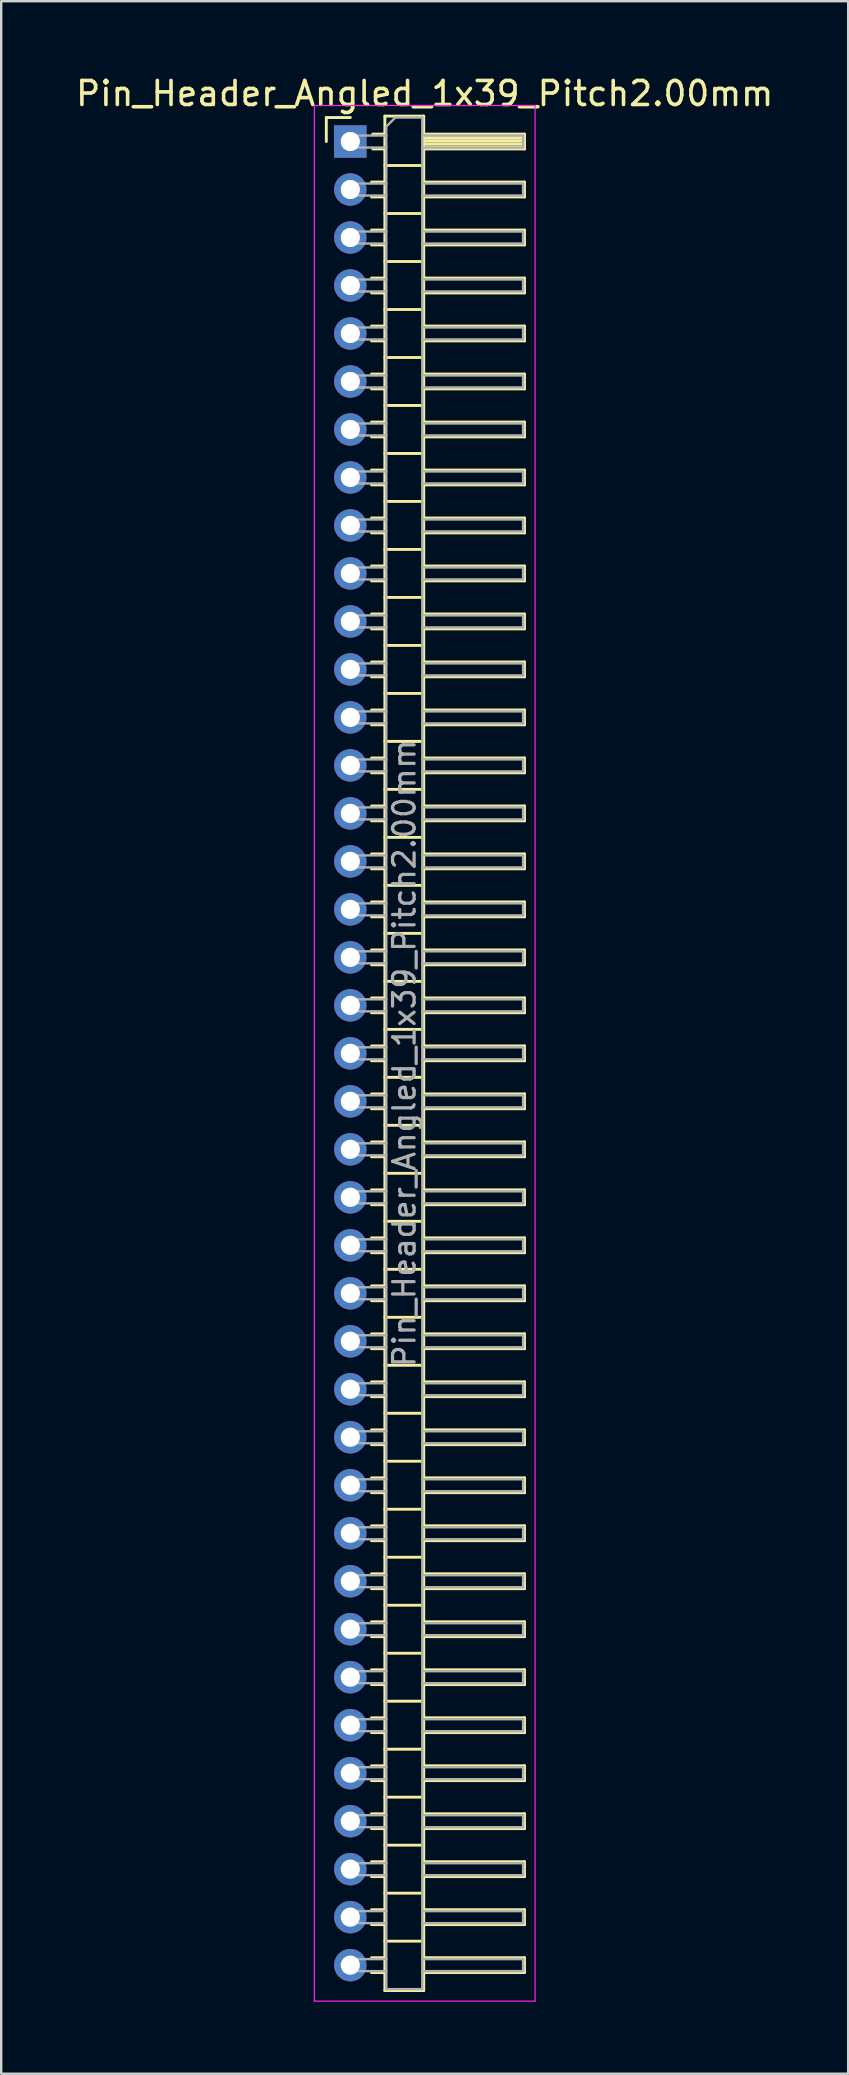
<source format=kicad_pcb>
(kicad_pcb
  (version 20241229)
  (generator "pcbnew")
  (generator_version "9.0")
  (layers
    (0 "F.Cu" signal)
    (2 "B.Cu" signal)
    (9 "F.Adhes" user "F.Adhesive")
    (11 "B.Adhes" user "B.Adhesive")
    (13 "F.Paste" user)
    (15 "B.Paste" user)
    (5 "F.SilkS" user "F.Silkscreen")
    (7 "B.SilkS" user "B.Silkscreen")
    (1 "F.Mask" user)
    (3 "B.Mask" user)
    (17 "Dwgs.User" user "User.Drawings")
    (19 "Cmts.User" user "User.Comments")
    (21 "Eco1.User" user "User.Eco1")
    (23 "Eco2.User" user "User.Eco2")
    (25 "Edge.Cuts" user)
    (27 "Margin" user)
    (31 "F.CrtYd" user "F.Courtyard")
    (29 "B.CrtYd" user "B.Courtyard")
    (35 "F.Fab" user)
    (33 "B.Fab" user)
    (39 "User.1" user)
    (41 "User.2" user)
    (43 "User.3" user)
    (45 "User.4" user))
  (footprint "Pin_Header_Angled_1x39_Pitch2.00mm"
    (layer "F.Cu")
    (at 11.549 2.848)
    (property "Reference" "Pin_Header_Angled_1x39_Pitch2.00mm" (at 3.1 -2 0) (layer "F.SilkS") (effects (font (size 1 1) (thickness 0.15))))
    (attr through_hole)
    (fp_line (start -1 -1) (end 0 -1) (stroke (width 0.12) (type solid)) (layer "F.SilkS"))
    (fp_line (start -1 0) (end -1 -1) (stroke (width 0.12) (type solid)) (layer "F.SilkS"))
    (fp_line (start 0.882 1.69) (end 1.44 1.69) (stroke (width 0.12) (type solid)) (layer "F.SilkS"))
    (fp_line (start 0.882 2.31) (end 1.44 2.31) (stroke (width 0.12) (type solid)) (layer "F.SilkS"))
    (fp_line (start 0.882 3.69) (end 1.44 3.69) (stroke (width 0.12) (type solid)) (layer "F.SilkS"))
    (fp_line (start 0.882 4.31) (end 1.44 4.31) (stroke (width 0.12) (type solid)) (layer "F.SilkS"))
    (fp_line (start 0.882 5.69) (end 1.44 5.69) (stroke (width 0.12) (type solid)) (layer "F.SilkS"))
    (fp_line (start 0.882 6.31) (end 1.44 6.31) (stroke (width 0.12) (type solid)) (layer "F.SilkS"))
    (fp_line (start 0.882 7.69) (end 1.44 7.69) (stroke (width 0.12) (type solid)) (layer "F.SilkS"))
    (fp_line (start 0.882 8.31) (end 1.44 8.31) (stroke (width 0.12) (type solid)) (layer "F.SilkS"))
    (fp_line (start 0.882 9.69) (end 1.44 9.69) (stroke (width 0.12) (type solid)) (layer "F.SilkS"))
    (fp_line (start 0.882 10.31) (end 1.44 10.31) (stroke (width 0.12) (type solid)) (layer "F.SilkS"))
    (fp_line (start 0.882 11.69) (end 1.44 11.69) (stroke (width 0.12) (type solid)) (layer "F.SilkS"))
    (fp_line (start 0.882 12.31) (end 1.44 12.31) (stroke (width 0.12) (type solid)) (layer "F.SilkS"))
    (fp_line (start 0.882 13.69) (end 1.44 13.69) (stroke (width 0.12) (type solid)) (layer "F.SilkS"))
    (fp_line (start 0.882 14.31) (end 1.44 14.31) (stroke (width 0.12) (type solid)) (layer "F.SilkS"))
    (fp_line (start 0.882 15.69) (end 1.44 15.69) (stroke (width 0.12) (type solid)) (layer "F.SilkS"))
    (fp_line (start 0.882 16.31) (end 1.44 16.31) (stroke (width 0.12) (type solid)) (layer "F.SilkS"))
    (fp_line (start 0.882 17.69) (end 1.44 17.69) (stroke (width 0.12) (type solid)) (layer "F.SilkS"))
    (fp_line (start 0.882 18.31) (end 1.44 18.31) (stroke (width 0.12) (type solid)) (layer "F.SilkS"))
    (fp_line (start 0.882 19.69) (end 1.44 19.69) (stroke (width 0.12) (type solid)) (layer "F.SilkS"))
    (fp_line (start 0.882 20.31) (end 1.44 20.31) (stroke (width 0.12) (type solid)) (layer "F.SilkS"))
    (fp_line (start 0.882 21.69) (end 1.44 21.69) (stroke (width 0.12) (type solid)) (layer "F.SilkS"))
    (fp_line (start 0.882 22.31) (end 1.44 22.31) (stroke (width 0.12) (type solid)) (layer "F.SilkS"))
    (fp_line (start 0.882 23.69) (end 1.44 23.69) (stroke (width 0.12) (type solid)) (layer "F.SilkS"))
    (fp_line (start 0.882 24.31) (end 1.44 24.31) (stroke (width 0.12) (type solid)) (layer "F.SilkS"))
    (fp_line (start 0.882 25.69) (end 1.44 25.69) (stroke (width 0.12) (type solid)) (layer "F.SilkS"))
    (fp_line (start 0.882 26.31) (end 1.44 26.31) (stroke (width 0.12) (type solid)) (layer "F.SilkS"))
    (fp_line (start 0.882 27.69) (end 1.44 27.69) (stroke (width 0.12) (type solid)) (layer "F.SilkS"))
    (fp_line (start 0.882 28.31) (end 1.44 28.31) (stroke (width 0.12) (type solid)) (layer "F.SilkS"))
    (fp_line (start 0.882 29.69) (end 1.44 29.69) (stroke (width 0.12) (type solid)) (layer "F.SilkS"))
    (fp_line (start 0.882 30.31) (end 1.44 30.31) (stroke (width 0.12) (type solid)) (layer "F.SilkS"))
    (fp_line (start 0.882 31.69) (end 1.44 31.69) (stroke (width 0.12) (type solid)) (layer "F.SilkS"))
    (fp_line (start 0.882 32.31) (end 1.44 32.31) (stroke (width 0.12) (type solid)) (layer "F.SilkS"))
    (fp_line (start 0.882 33.69) (end 1.44 33.69) (stroke (width 0.12) (type solid)) (layer "F.SilkS"))
    (fp_line (start 0.882 34.31) (end 1.44 34.31) (stroke (width 0.12) (type solid)) (layer "F.SilkS"))
    (fp_line (start 0.882 35.69) (end 1.44 35.69) (stroke (width 0.12) (type solid)) (layer "F.SilkS"))
    (fp_line (start 0.882 36.31) (end 1.44 36.31) (stroke (width 0.12) (type solid)) (layer "F.SilkS"))
    (fp_line (start 0.882 37.69) (end 1.44 37.69) (stroke (width 0.12) (type solid)) (layer "F.SilkS"))
    (fp_line (start 0.882 38.31) (end 1.44 38.31) (stroke (width 0.12) (type solid)) (layer "F.SilkS"))
    (fp_line (start 0.882 39.69) (end 1.44 39.69) (stroke (width 0.12) (type solid)) (layer "F.SilkS"))
    (fp_line (start 0.882 40.31) (end 1.44 40.31) (stroke (width 0.12) (type solid)) (layer "F.SilkS"))
    (fp_line (start 0.882 41.69) (end 1.44 41.69) (stroke (width 0.12) (type solid)) (layer "F.SilkS"))
    (fp_line (start 0.882 42.31) (end 1.44 42.31) (stroke (width 0.12) (type solid)) (layer "F.SilkS"))
    (fp_line (start 0.882 43.69) (end 1.44 43.69) (stroke (width 0.12) (type solid)) (layer "F.SilkS"))
    (fp_line (start 0.882 44.31) (end 1.44 44.31) (stroke (width 0.12) (type solid)) (layer "F.SilkS"))
    (fp_line (start 0.882 45.69) (end 1.44 45.69) (stroke (width 0.12) (type solid)) (layer "F.SilkS"))
    (fp_line (start 0.882 46.31) (end 1.44 46.31) (stroke (width 0.12) (type solid)) (layer "F.SilkS"))
    (fp_line (start 0.882 47.69) (end 1.44 47.69) (stroke (width 0.12) (type solid)) (layer "F.SilkS"))
    (fp_line (start 0.882 48.31) (end 1.44 48.31) (stroke (width 0.12) (type solid)) (layer "F.SilkS"))
    (fp_line (start 0.882 49.69) (end 1.44 49.69) (stroke (width 0.12) (type solid)) (layer "F.SilkS"))
    (fp_line (start 0.882 50.31) (end 1.44 50.31) (stroke (width 0.12) (type solid)) (layer "F.SilkS"))
    (fp_line (start 0.882 51.69) (end 1.44 51.69) (stroke (width 0.12) (type solid)) (layer "F.SilkS"))
    (fp_line (start 0.882 52.31) (end 1.44 52.31) (stroke (width 0.12) (type solid)) (layer "F.SilkS"))
    (fp_line (start 0.882 53.69) (end 1.44 53.69) (stroke (width 0.12) (type solid)) (layer "F.SilkS"))
    (fp_line (start 0.882 54.31) (end 1.44 54.31) (stroke (width 0.12) (type solid)) (layer "F.SilkS"))
    (fp_line (start 0.882 55.69) (end 1.44 55.69) (stroke (width 0.12) (type solid)) (layer "F.SilkS"))
    (fp_line (start 0.882 56.31) (end 1.44 56.31) (stroke (width 0.12) (type solid)) (layer "F.SilkS"))
    (fp_line (start 0.882 57.69) (end 1.44 57.69) (stroke (width 0.12) (type solid)) (layer "F.SilkS"))
    (fp_line (start 0.882 58.31) (end 1.44 58.31) (stroke (width 0.12) (type solid)) (layer "F.SilkS"))
    (fp_line (start 0.882 59.69) (end 1.44 59.69) (stroke (width 0.12) (type solid)) (layer "F.SilkS"))
    (fp_line (start 0.882 60.31) (end 1.44 60.31) (stroke (width 0.12) (type solid)) (layer "F.SilkS"))
    (fp_line (start 0.882 61.69) (end 1.44 61.69) (stroke (width 0.12) (type solid)) (layer "F.SilkS"))
    (fp_line (start 0.882 62.31) (end 1.44 62.31) (stroke (width 0.12) (type solid)) (layer "F.SilkS"))
    (fp_line (start 0.882 63.69) (end 1.44 63.69) (stroke (width 0.12) (type solid)) (layer "F.SilkS"))
    (fp_line (start 0.882 64.31) (end 1.44 64.31) (stroke (width 0.12) (type solid)) (layer "F.SilkS"))
    (fp_line (start 0.882 65.69) (end 1.44 65.69) (stroke (width 0.12) (type solid)) (layer "F.SilkS"))
    (fp_line (start 0.882 66.31) (end 1.44 66.31) (stroke (width 0.12) (type solid)) (layer "F.SilkS"))
    (fp_line (start 0.882 67.69) (end 1.44 67.69) (stroke (width 0.12) (type solid)) (layer "F.SilkS"))
    (fp_line (start 0.882 68.31) (end 1.44 68.31) (stroke (width 0.12) (type solid)) (layer "F.SilkS"))
    (fp_line (start 0.882 69.69) (end 1.44 69.69) (stroke (width 0.12) (type solid)) (layer "F.SilkS"))
    (fp_line (start 0.882 70.31) (end 1.44 70.31) (stroke (width 0.12) (type solid)) (layer "F.SilkS"))
    (fp_line (start 0.882 71.69) (end 1.44 71.69) (stroke (width 0.12) (type solid)) (layer "F.SilkS"))
    (fp_line (start 0.882 72.31) (end 1.44 72.31) (stroke (width 0.12) (type solid)) (layer "F.SilkS"))
    (fp_line (start 0.882 73.69) (end 1.44 73.69) (stroke (width 0.12) (type solid)) (layer "F.SilkS"))
    (fp_line (start 0.882 74.31) (end 1.44 74.31) (stroke (width 0.12) (type solid)) (layer "F.SilkS"))
    (fp_line (start 0.882 75.69) (end 1.44 75.69) (stroke (width 0.12) (type solid)) (layer "F.SilkS"))
    (fp_line (start 0.882 76.31) (end 1.44 76.31) (stroke (width 0.12) (type solid)) (layer "F.SilkS"))
    (fp_line (start 0.935 -0.31) (end 1.44 -0.31) (stroke (width 0.12) (type solid)) (layer "F.SilkS"))
    (fp_line (start 0.935 0.31) (end 1.44 0.31) (stroke (width 0.12) (type solid)) (layer "F.SilkS"))
    (fp_line (start 1.44 -1.06) (end 1.44 77.06) (stroke (width 0.12) (type solid)) (layer "F.SilkS"))
    (fp_line (start 1.44 1) (end 3.06 1) (stroke (width 0.12) (type solid)) (layer "F.SilkS"))
    (fp_line (start 1.44 3) (end 3.06 3) (stroke (width 0.12) (type solid)) (layer "F.SilkS"))
    (fp_line (start 1.44 5) (end 3.06 5) (stroke (width 0.12) (type solid)) (layer "F.SilkS"))
    (fp_line (start 1.44 7) (end 3.06 7) (stroke (width 0.12) (type solid)) (layer "F.SilkS"))
    (fp_line (start 1.44 9) (end 3.06 9) (stroke (width 0.12) (type solid)) (layer "F.SilkS"))
    (fp_line (start 1.44 11) (end 3.06 11) (stroke (width 0.12) (type solid)) (layer "F.SilkS"))
    (fp_line (start 1.44 13) (end 3.06 13) (stroke (width 0.12) (type solid)) (layer "F.SilkS"))
    (fp_line (start 1.44 15) (end 3.06 15) (stroke (width 0.12) (type solid)) (layer "F.SilkS"))
    (fp_line (start 1.44 17) (end 3.06 17) (stroke (width 0.12) (type solid)) (layer "F.SilkS"))
    (fp_line (start 1.44 19) (end 3.06 19) (stroke (width 0.12) (type solid)) (layer "F.SilkS"))
    (fp_line (start 1.44 21) (end 3.06 21) (stroke (width 0.12) (type solid)) (layer "F.SilkS"))
    (fp_line (start 1.44 23) (end 3.06 23) (stroke (width 0.12) (type solid)) (layer "F.SilkS"))
    (fp_line (start 1.44 25) (end 3.06 25) (stroke (width 0.12) (type solid)) (layer "F.SilkS"))
    (fp_line (start 1.44 27) (end 3.06 27) (stroke (width 0.12) (type solid)) (layer "F.SilkS"))
    (fp_line (start 1.44 29) (end 3.06 29) (stroke (width 0.12) (type solid)) (layer "F.SilkS"))
    (fp_line (start 1.44 31) (end 3.06 31) (stroke (width 0.12) (type solid)) (layer "F.SilkS"))
    (fp_line (start 1.44 33) (end 3.06 33) (stroke (width 0.12) (type solid)) (layer "F.SilkS"))
    (fp_line (start 1.44 35) (end 3.06 35) (stroke (width 0.12) (type solid)) (layer "F.SilkS"))
    (fp_line (start 1.44 37) (end 3.06 37) (stroke (width 0.12) (type solid)) (layer "F.SilkS"))
    (fp_line (start 1.44 39) (end 3.06 39) (stroke (width 0.12) (type solid)) (layer "F.SilkS"))
    (fp_line (start 1.44 41) (end 3.06 41) (stroke (width 0.12) (type solid)) (layer "F.SilkS"))
    (fp_line (start 1.44 43) (end 3.06 43) (stroke (width 0.12) (type solid)) (layer "F.SilkS"))
    (fp_line (start 1.44 45) (end 3.06 45) (stroke (width 0.12) (type solid)) (layer "F.SilkS"))
    (fp_line (start 1.44 47) (end 3.06 47) (stroke (width 0.12) (type solid)) (layer "F.SilkS"))
    (fp_line (start 1.44 49) (end 3.06 49) (stroke (width 0.12) (type solid)) (layer "F.SilkS"))
    (fp_line (start 1.44 51) (end 3.06 51) (stroke (width 0.12) (type solid)) (layer "F.SilkS"))
    (fp_line (start 1.44 53) (end 3.06 53) (stroke (width 0.12) (type solid)) (layer "F.SilkS"))
    (fp_line (start 1.44 55) (end 3.06 55) (stroke (width 0.12) (type solid)) (layer "F.SilkS"))
    (fp_line (start 1.44 57) (end 3.06 57) (stroke (width 0.12) (type solid)) (layer "F.SilkS"))
    (fp_line (start 1.44 59) (end 3.06 59) (stroke (width 0.12) (type solid)) (layer "F.SilkS"))
    (fp_line (start 1.44 61) (end 3.06 61) (stroke (width 0.12) (type solid)) (layer "F.SilkS"))
    (fp_line (start 1.44 63) (end 3.06 63) (stroke (width 0.12) (type solid)) (layer "F.SilkS"))
    (fp_line (start 1.44 65) (end 3.06 65) (stroke (width 0.12) (type solid)) (layer "F.SilkS"))
    (fp_line (start 1.44 67) (end 3.06 67) (stroke (width 0.12) (type solid)) (layer "F.SilkS"))
    (fp_line (start 1.44 69) (end 3.06 69) (stroke (width 0.12) (type solid)) (layer "F.SilkS"))
    (fp_line (start 1.44 71) (end 3.06 71) (stroke (width 0.12) (type solid)) (layer "F.SilkS"))
    (fp_line (start 1.44 73) (end 3.06 73) (stroke (width 0.12) (type solid)) (layer "F.SilkS"))
    (fp_line (start 1.44 75) (end 3.06 75) (stroke (width 0.12) (type solid)) (layer "F.SilkS"))
    (fp_line (start 1.44 77.06) (end 3.06 77.06) (stroke (width 0.12) (type solid)) (layer "F.SilkS"))
    (fp_line (start 3.06 -1.06) (end 1.44 -1.06) (stroke (width 0.12) (type solid)) (layer "F.SilkS"))
    (fp_line (start 3.06 -0.31) (end 7.26 -0.31) (stroke (width 0.12) (type solid)) (layer "F.SilkS"))
    (fp_line (start 3.06 -0.25) (end 7.26 -0.25) (stroke (width 0.12) (type solid)) (layer "F.SilkS"))
    (fp_line (start 3.06 -0.13) (end 7.26 -0.13) (stroke (width 0.12) (type solid)) (layer "F.SilkS"))
    (fp_line (start 3.06 -0.01) (end 7.26 -0.01) (stroke (width 0.12) (type solid)) (layer "F.SilkS"))
    (fp_line (start 3.06 0.11) (end 7.26 0.11) (stroke (width 0.12) (type solid)) (layer "F.SilkS"))
    (fp_line (start 3.06 0.23) (end 7.26 0.23) (stroke (width 0.12) (type solid)) (layer "F.SilkS"))
    (fp_line (start 3.06 1.69) (end 7.26 1.69) (stroke (width 0.12) (type solid)) (layer "F.SilkS"))
    (fp_line (start 3.06 3.69) (end 7.26 3.69) (stroke (width 0.12) (type solid)) (layer "F.SilkS"))
    (fp_line (start 3.06 5.69) (end 7.26 5.69) (stroke (width 0.12) (type solid)) (layer "F.SilkS"))
    (fp_line (start 3.06 7.69) (end 7.26 7.69) (stroke (width 0.12) (type solid)) (layer "F.SilkS"))
    (fp_line (start 3.06 9.69) (end 7.26 9.69) (stroke (width 0.12) (type solid)) (layer "F.SilkS"))
    (fp_line (start 3.06 11.69) (end 7.26 11.69) (stroke (width 0.12) (type solid)) (layer "F.SilkS"))
    (fp_line (start 3.06 13.69) (end 7.26 13.69) (stroke (width 0.12) (type solid)) (layer "F.SilkS"))
    (fp_line (start 3.06 15.69) (end 7.26 15.69) (stroke (width 0.12) (type solid)) (layer "F.SilkS"))
    (fp_line (start 3.06 17.69) (end 7.26 17.69) (stroke (width 0.12) (type solid)) (layer "F.SilkS"))
    (fp_line (start 3.06 19.69) (end 7.26 19.69) (stroke (width 0.12) (type solid)) (layer "F.SilkS"))
    (fp_line (start 3.06 21.69) (end 7.26 21.69) (stroke (width 0.12) (type solid)) (layer "F.SilkS"))
    (fp_line (start 3.06 23.69) (end 7.26 23.69) (stroke (width 0.12) (type solid)) (layer "F.SilkS"))
    (fp_line (start 3.06 25.69) (end 7.26 25.69) (stroke (width 0.12) (type solid)) (layer "F.SilkS"))
    (fp_line (start 3.06 27.69) (end 7.26 27.69) (stroke (width 0.12) (type solid)) (layer "F.SilkS"))
    (fp_line (start 3.06 29.69) (end 7.26 29.69) (stroke (width 0.12) (type solid)) (layer "F.SilkS"))
    (fp_line (start 3.06 31.69) (end 7.26 31.69) (stroke (width 0.12) (type solid)) (layer "F.SilkS"))
    (fp_line (start 3.06 33.69) (end 7.26 33.69) (stroke (width 0.12) (type solid)) (layer "F.SilkS"))
    (fp_line (start 3.06 35.69) (end 7.26 35.69) (stroke (width 0.12) (type solid)) (layer "F.SilkS"))
    (fp_line (start 3.06 37.69) (end 7.26 37.69) (stroke (width 0.12) (type solid)) (layer "F.SilkS"))
    (fp_line (start 3.06 39.69) (end 7.26 39.69) (stroke (width 0.12) (type solid)) (layer "F.SilkS"))
    (fp_line (start 3.06 41.69) (end 7.26 41.69) (stroke (width 0.12) (type solid)) (layer "F.SilkS"))
    (fp_line (start 3.06 43.69) (end 7.26 43.69) (stroke (width 0.12) (type solid)) (layer "F.SilkS"))
    (fp_line (start 3.06 45.69) (end 7.26 45.69) (stroke (width 0.12) (type solid)) (layer "F.SilkS"))
    (fp_line (start 3.06 47.69) (end 7.26 47.69) (stroke (width 0.12) (type solid)) (layer "F.SilkS"))
    (fp_line (start 3.06 49.69) (end 7.26 49.69) (stroke (width 0.12) (type solid)) (layer "F.SilkS"))
    (fp_line (start 3.06 51.69) (end 7.26 51.69) (stroke (width 0.12) (type solid)) (layer "F.SilkS"))
    (fp_line (start 3.06 53.69) (end 7.26 53.69) (stroke (width 0.12) (type solid)) (layer "F.SilkS"))
    (fp_line (start 3.06 55.69) (end 7.26 55.69) (stroke (width 0.12) (type solid)) (layer "F.SilkS"))
    (fp_line (start 3.06 57.69) (end 7.26 57.69) (stroke (width 0.12) (type solid)) (layer "F.SilkS"))
    (fp_line (start 3.06 59.69) (end 7.26 59.69) (stroke (width 0.12) (type solid)) (layer "F.SilkS"))
    (fp_line (start 3.06 61.69) (end 7.26 61.69) (stroke (width 0.12) (type solid)) (layer "F.SilkS"))
    (fp_line (start 3.06 63.69) (end 7.26 63.69) (stroke (width 0.12) (type solid)) (layer "F.SilkS"))
    (fp_line (start 3.06 65.69) (end 7.26 65.69) (stroke (width 0.12) (type solid)) (layer "F.SilkS"))
    (fp_line (start 3.06 67.69) (end 7.26 67.69) (stroke (width 0.12) (type solid)) (layer "F.SilkS"))
    (fp_line (start 3.06 69.69) (end 7.26 69.69) (stroke (width 0.12) (type solid)) (layer "F.SilkS"))
    (fp_line (start 3.06 71.69) (end 7.26 71.69) (stroke (width 0.12) (type solid)) (layer "F.SilkS"))
    (fp_line (start 3.06 73.69) (end 7.26 73.69) (stroke (width 0.12) (type solid)) (layer "F.SilkS"))
    (fp_line (start 3.06 75.69) (end 7.26 75.69) (stroke (width 0.12) (type solid)) (layer "F.SilkS"))
    (fp_line (start 3.06 77.06) (end 3.06 -1.06) (stroke (width 0.12) (type solid)) (layer "F.SilkS"))
    (fp_line (start 7.26 -0.31) (end 7.26 0.31) (stroke (width 0.12) (type solid)) (layer "F.SilkS"))
    (fp_line (start 7.26 0.31) (end 3.06 0.31) (stroke (width 0.12) (type solid)) (layer "F.SilkS"))
    (fp_line (start 7.26 1.69) (end 7.26 2.31) (stroke (width 0.12) (type solid)) (layer "F.SilkS"))
    (fp_line (start 7.26 2.31) (end 3.06 2.31) (stroke (width 0.12) (type solid)) (layer "F.SilkS"))
    (fp_line (start 7.26 3.69) (end 7.26 4.31) (stroke (width 0.12) (type solid)) (layer "F.SilkS"))
    (fp_line (start 7.26 4.31) (end 3.06 4.31) (stroke (width 0.12) (type solid)) (layer "F.SilkS"))
    (fp_line (start 7.26 5.69) (end 7.26 6.31) (stroke (width 0.12) (type solid)) (layer "F.SilkS"))
    (fp_line (start 7.26 6.31) (end 3.06 6.31) (stroke (width 0.12) (type solid)) (layer "F.SilkS"))
    (fp_line (start 7.26 7.69) (end 7.26 8.31) (stroke (width 0.12) (type solid)) (layer "F.SilkS"))
    (fp_line (start 7.26 8.31) (end 3.06 8.31) (stroke (width 0.12) (type solid)) (layer "F.SilkS"))
    (fp_line (start 7.26 9.69) (end 7.26 10.31) (stroke (width 0.12) (type solid)) (layer "F.SilkS"))
    (fp_line (start 7.26 10.31) (end 3.06 10.31) (stroke (width 0.12) (type solid)) (layer "F.SilkS"))
    (fp_line (start 7.26 11.69) (end 7.26 12.31) (stroke (width 0.12) (type solid)) (layer "F.SilkS"))
    (fp_line (start 7.26 12.31) (end 3.06 12.31) (stroke (width 0.12) (type solid)) (layer "F.SilkS"))
    (fp_line (start 7.26 13.69) (end 7.26 14.31) (stroke (width 0.12) (type solid)) (layer "F.SilkS"))
    (fp_line (start 7.26 14.31) (end 3.06 14.31) (stroke (width 0.12) (type solid)) (layer "F.SilkS"))
    (fp_line (start 7.26 15.69) (end 7.26 16.31) (stroke (width 0.12) (type solid)) (layer "F.SilkS"))
    (fp_line (start 7.26 16.31) (end 3.06 16.31) (stroke (width 0.12) (type solid)) (layer "F.SilkS"))
    (fp_line (start 7.26 17.69) (end 7.26 18.31) (stroke (width 0.12) (type solid)) (layer "F.SilkS"))
    (fp_line (start 7.26 18.31) (end 3.06 18.31) (stroke (width 0.12) (type solid)) (layer "F.SilkS"))
    (fp_line (start 7.26 19.69) (end 7.26 20.31) (stroke (width 0.12) (type solid)) (layer "F.SilkS"))
    (fp_line (start 7.26 20.31) (end 3.06 20.31) (stroke (width 0.12) (type solid)) (layer "F.SilkS"))
    (fp_line (start 7.26 21.69) (end 7.26 22.31) (stroke (width 0.12) (type solid)) (layer "F.SilkS"))
    (fp_line (start 7.26 22.31) (end 3.06 22.31) (stroke (width 0.12) (type solid)) (layer "F.SilkS"))
    (fp_line (start 7.26 23.69) (end 7.26 24.31) (stroke (width 0.12) (type solid)) (layer "F.SilkS"))
    (fp_line (start 7.26 24.31) (end 3.06 24.31) (stroke (width 0.12) (type solid)) (layer "F.SilkS"))
    (fp_line (start 7.26 25.69) (end 7.26 26.31) (stroke (width 0.12) (type solid)) (layer "F.SilkS"))
    (fp_line (start 7.26 26.31) (end 3.06 26.31) (stroke (width 0.12) (type solid)) (layer "F.SilkS"))
    (fp_line (start 7.26 27.69) (end 7.26 28.31) (stroke (width 0.12) (type solid)) (layer "F.SilkS"))
    (fp_line (start 7.26 28.31) (end 3.06 28.31) (stroke (width 0.12) (type solid)) (layer "F.SilkS"))
    (fp_line (start 7.26 29.69) (end 7.26 30.31) (stroke (width 0.12) (type solid)) (layer "F.SilkS"))
    (fp_line (start 7.26 30.31) (end 3.06 30.31) (stroke (width 0.12) (type solid)) (layer "F.SilkS"))
    (fp_line (start 7.26 31.69) (end 7.26 32.31) (stroke (width 0.12) (type solid)) (layer "F.SilkS"))
    (fp_line (start 7.26 32.31) (end 3.06 32.31) (stroke (width 0.12) (type solid)) (layer "F.SilkS"))
    (fp_line (start 7.26 33.69) (end 7.26 34.31) (stroke (width 0.12) (type solid)) (layer "F.SilkS"))
    (fp_line (start 7.26 34.31) (end 3.06 34.31) (stroke (width 0.12) (type solid)) (layer "F.SilkS"))
    (fp_line (start 7.26 35.69) (end 7.26 36.31) (stroke (width 0.12) (type solid)) (layer "F.SilkS"))
    (fp_line (start 7.26 36.31) (end 3.06 36.31) (stroke (width 0.12) (type solid)) (layer "F.SilkS"))
    (fp_line (start 7.26 37.69) (end 7.26 38.31) (stroke (width 0.12) (type solid)) (layer "F.SilkS"))
    (fp_line (start 7.26 38.31) (end 3.06 38.31) (stroke (width 0.12) (type solid)) (layer "F.SilkS"))
    (fp_line (start 7.26 39.69) (end 7.26 40.31) (stroke (width 0.12) (type solid)) (layer "F.SilkS"))
    (fp_line (start 7.26 40.31) (end 3.06 40.31) (stroke (width 0.12) (type solid)) (layer "F.SilkS"))
    (fp_line (start 7.26 41.69) (end 7.26 42.31) (stroke (width 0.12) (type solid)) (layer "F.SilkS"))
    (fp_line (start 7.26 42.31) (end 3.06 42.31) (stroke (width 0.12) (type solid)) (layer "F.SilkS"))
    (fp_line (start 7.26 43.69) (end 7.26 44.31) (stroke (width 0.12) (type solid)) (layer "F.SilkS"))
    (fp_line (start 7.26 44.31) (end 3.06 44.31) (stroke (width 0.12) (type solid)) (layer "F.SilkS"))
    (fp_line (start 7.26 45.69) (end 7.26 46.31) (stroke (width 0.12) (type solid)) (layer "F.SilkS"))
    (fp_line (start 7.26 46.31) (end 3.06 46.31) (stroke (width 0.12) (type solid)) (layer "F.SilkS"))
    (fp_line (start 7.26 47.69) (end 7.26 48.31) (stroke (width 0.12) (type solid)) (layer "F.SilkS"))
    (fp_line (start 7.26 48.31) (end 3.06 48.31) (stroke (width 0.12) (type solid)) (layer "F.SilkS"))
    (fp_line (start 7.26 49.69) (end 7.26 50.31) (stroke (width 0.12) (type solid)) (layer "F.SilkS"))
    (fp_line (start 7.26 50.31) (end 3.06 50.31) (stroke (width 0.12) (type solid)) (layer "F.SilkS"))
    (fp_line (start 7.26 51.69) (end 7.26 52.31) (stroke (width 0.12) (type solid)) (layer "F.SilkS"))
    (fp_line (start 7.26 52.31) (end 3.06 52.31) (stroke (width 0.12) (type solid)) (layer "F.SilkS"))
    (fp_line (start 7.26 53.69) (end 7.26 54.31) (stroke (width 0.12) (type solid)) (layer "F.SilkS"))
    (fp_line (start 7.26 54.31) (end 3.06 54.31) (stroke (width 0.12) (type solid)) (layer "F.SilkS"))
    (fp_line (start 7.26 55.69) (end 7.26 56.31) (stroke (width 0.12) (type solid)) (layer "F.SilkS"))
    (fp_line (start 7.26 56.31) (end 3.06 56.31) (stroke (width 0.12) (type solid)) (layer "F.SilkS"))
    (fp_line (start 7.26 57.69) (end 7.26 58.31) (stroke (width 0.12) (type solid)) (layer "F.SilkS"))
    (fp_line (start 7.26 58.31) (end 3.06 58.31) (stroke (width 0.12) (type solid)) (layer "F.SilkS"))
    (fp_line (start 7.26 59.69) (end 7.26 60.31) (stroke (width 0.12) (type solid)) (layer "F.SilkS"))
    (fp_line (start 7.26 60.31) (end 3.06 60.31) (stroke (width 0.12) (type solid)) (layer "F.SilkS"))
    (fp_line (start 7.26 61.69) (end 7.26 62.31) (stroke (width 0.12) (type solid)) (layer "F.SilkS"))
    (fp_line (start 7.26 62.31) (end 3.06 62.31) (stroke (width 0.12) (type solid)) (layer "F.SilkS"))
    (fp_line (start 7.26 63.69) (end 7.26 64.31) (stroke (width 0.12) (type solid)) (layer "F.SilkS"))
    (fp_line (start 7.26 64.31) (end 3.06 64.31) (stroke (width 0.12) (type solid)) (layer "F.SilkS"))
    (fp_line (start 7.26 65.69) (end 7.26 66.31) (stroke (width 0.12) (type solid)) (layer "F.SilkS"))
    (fp_line (start 7.26 66.31) (end 3.06 66.31) (stroke (width 0.12) (type solid)) (layer "F.SilkS"))
    (fp_line (start 7.26 67.69) (end 7.26 68.31) (stroke (width 0.12) (type solid)) (layer "F.SilkS"))
    (fp_line (start 7.26 68.31) (end 3.06 68.31) (stroke (width 0.12) (type solid)) (layer "F.SilkS"))
    (fp_line (start 7.26 69.69) (end 7.26 70.31) (stroke (width 0.12) (type solid)) (layer "F.SilkS"))
    (fp_line (start 7.26 70.31) (end 3.06 70.31) (stroke (width 0.12) (type solid)) (layer "F.SilkS"))
    (fp_line (start 7.26 71.69) (end 7.26 72.31) (stroke (width 0.12) (type solid)) (layer "F.SilkS"))
    (fp_line (start 7.26 72.31) (end 3.06 72.31) (stroke (width 0.12) (type solid)) (layer "F.SilkS"))
    (fp_line (start 7.26 73.69) (end 7.26 74.31) (stroke (width 0.12) (type solid)) (layer "F.SilkS"))
    (fp_line (start 7.26 74.31) (end 3.06 74.31) (stroke (width 0.12) (type solid)) (layer "F.SilkS"))
    (fp_line (start 7.26 75.69) (end 7.26 76.31) (stroke (width 0.12) (type solid)) (layer "F.SilkS"))
    (fp_line (start 7.26 76.31) (end 3.06 76.31) (stroke (width 0.12) (type solid)) (layer "F.SilkS"))
    (fp_line (start -1.5 -1.5) (end -1.5 77.5) (stroke (width 0.05) (type solid)) (layer "F.CrtYd"))
    (fp_line (start -1.5 77.5) (end 7.7 77.5) (stroke (width 0.05) (type solid)) (layer "F.CrtYd"))
    (fp_line (start 7.7 -1.5) (end -1.5 -1.5) (stroke (width 0.05) (type solid)) (layer "F.CrtYd"))
    (fp_line (start 7.7 77.5) (end 7.7 -1.5) (stroke (width 0.05) (type solid)) (layer "F.CrtYd"))
    (fp_line (start -0.25 -0.25) (end -0.25 0.25) (stroke (width 0.1) (type solid)) (layer "F.Fab"))
    (fp_line (start -0.25 -0.25) (end 1.5 -0.25) (stroke (width 0.1) (type solid)) (layer "F.Fab"))
    (fp_line (start -0.25 0.25) (end 1.5 0.25) (stroke (width 0.1) (type solid)) (layer "F.Fab"))
    (fp_line (start -0.25 1.75) (end -0.25 2.25) (stroke (width 0.1) (type solid)) (layer "F.Fab"))
    (fp_line (start -0.25 1.75) (end 1.5 1.75) (stroke (width 0.1) (type solid)) (layer "F.Fab"))
    (fp_line (start -0.25 2.25) (end 1.5 2.25) (stroke (width 0.1) (type solid)) (layer "F.Fab"))
    (fp_line (start -0.25 3.75) (end -0.25 4.25) (stroke (width 0.1) (type solid)) (layer "F.Fab"))
    (fp_line (start -0.25 3.75) (end 1.5 3.75) (stroke (width 0.1) (type solid)) (layer "F.Fab"))
    (fp_line (start -0.25 4.25) (end 1.5 4.25) (stroke (width 0.1) (type solid)) (layer "F.Fab"))
    (fp_line (start -0.25 5.75) (end -0.25 6.25) (stroke (width 0.1) (type solid)) (layer "F.Fab"))
    (fp_line (start -0.25 5.75) (end 1.5 5.75) (stroke (width 0.1) (type solid)) (layer "F.Fab"))
    (fp_line (start -0.25 6.25) (end 1.5 6.25) (stroke (width 0.1) (type solid)) (layer "F.Fab"))
    (fp_line (start -0.25 7.75) (end -0.25 8.25) (stroke (width 0.1) (type solid)) (layer "F.Fab"))
    (fp_line (start -0.25 7.75) (end 1.5 7.75) (stroke (width 0.1) (type solid)) (layer "F.Fab"))
    (fp_line (start -0.25 8.25) (end 1.5 8.25) (stroke (width 0.1) (type solid)) (layer "F.Fab"))
    (fp_line (start -0.25 9.75) (end -0.25 10.25) (stroke (width 0.1) (type solid)) (layer "F.Fab"))
    (fp_line (start -0.25 9.75) (end 1.5 9.75) (stroke (width 0.1) (type solid)) (layer "F.Fab"))
    (fp_line (start -0.25 10.25) (end 1.5 10.25) (stroke (width 0.1) (type solid)) (layer "F.Fab"))
    (fp_line (start -0.25 11.75) (end -0.25 12.25) (stroke (width 0.1) (type solid)) (layer "F.Fab"))
    (fp_line (start -0.25 11.75) (end 1.5 11.75) (stroke (width 0.1) (type solid)) (layer "F.Fab"))
    (fp_line (start -0.25 12.25) (end 1.5 12.25) (stroke (width 0.1) (type solid)) (layer "F.Fab"))
    (fp_line (start -0.25 13.75) (end -0.25 14.25) (stroke (width 0.1) (type solid)) (layer "F.Fab"))
    (fp_line (start -0.25 13.75) (end 1.5 13.75) (stroke (width 0.1) (type solid)) (layer "F.Fab"))
    (fp_line (start -0.25 14.25) (end 1.5 14.25) (stroke (width 0.1) (type solid)) (layer "F.Fab"))
    (fp_line (start -0.25 15.75) (end -0.25 16.25) (stroke (width 0.1) (type solid)) (layer "F.Fab"))
    (fp_line (start -0.25 15.75) (end 1.5 15.75) (stroke (width 0.1) (type solid)) (layer "F.Fab"))
    (fp_line (start -0.25 16.25) (end 1.5 16.25) (stroke (width 0.1) (type solid)) (layer "F.Fab"))
    (fp_line (start -0.25 17.75) (end -0.25 18.25) (stroke (width 0.1) (type solid)) (layer "F.Fab"))
    (fp_line (start -0.25 17.75) (end 1.5 17.75) (stroke (width 0.1) (type solid)) (layer "F.Fab"))
    (fp_line (start -0.25 18.25) (end 1.5 18.25) (stroke (width 0.1) (type solid)) (layer "F.Fab"))
    (fp_line (start -0.25 19.75) (end -0.25 20.25) (stroke (width 0.1) (type solid)) (layer "F.Fab"))
    (fp_line (start -0.25 19.75) (end 1.5 19.75) (stroke (width 0.1) (type solid)) (layer "F.Fab"))
    (fp_line (start -0.25 20.25) (end 1.5 20.25) (stroke (width 0.1) (type solid)) (layer "F.Fab"))
    (fp_line (start -0.25 21.75) (end -0.25 22.25) (stroke (width 0.1) (type solid)) (layer "F.Fab"))
    (fp_line (start -0.25 21.75) (end 1.5 21.75) (stroke (width 0.1) (type solid)) (layer "F.Fab"))
    (fp_line (start -0.25 22.25) (end 1.5 22.25) (stroke (width 0.1) (type solid)) (layer "F.Fab"))
    (fp_line (start -0.25 23.75) (end -0.25 24.25) (stroke (width 0.1) (type solid)) (layer "F.Fab"))
    (fp_line (start -0.25 23.75) (end 1.5 23.75) (stroke (width 0.1) (type solid)) (layer "F.Fab"))
    (fp_line (start -0.25 24.25) (end 1.5 24.25) (stroke (width 0.1) (type solid)) (layer "F.Fab"))
    (fp_line (start -0.25 25.75) (end -0.25 26.25) (stroke (width 0.1) (type solid)) (layer "F.Fab"))
    (fp_line (start -0.25 25.75) (end 1.5 25.75) (stroke (width 0.1) (type solid)) (layer "F.Fab"))
    (fp_line (start -0.25 26.25) (end 1.5 26.25) (stroke (width 0.1) (type solid)) (layer "F.Fab"))
    (fp_line (start -0.25 27.75) (end -0.25 28.25) (stroke (width 0.1) (type solid)) (layer "F.Fab"))
    (fp_line (start -0.25 27.75) (end 1.5 27.75) (stroke (width 0.1) (type solid)) (layer "F.Fab"))
    (fp_line (start -0.25 28.25) (end 1.5 28.25) (stroke (width 0.1) (type solid)) (layer "F.Fab"))
    (fp_line (start -0.25 29.75) (end -0.25 30.25) (stroke (width 0.1) (type solid)) (layer "F.Fab"))
    (fp_line (start -0.25 29.75) (end 1.5 29.75) (stroke (width 0.1) (type solid)) (layer "F.Fab"))
    (fp_line (start -0.25 30.25) (end 1.5 30.25) (stroke (width 0.1) (type solid)) (layer "F.Fab"))
    (fp_line (start -0.25 31.75) (end -0.25 32.25) (stroke (width 0.1) (type solid)) (layer "F.Fab"))
    (fp_line (start -0.25 31.75) (end 1.5 31.75) (stroke (width 0.1) (type solid)) (layer "F.Fab"))
    (fp_line (start -0.25 32.25) (end 1.5 32.25) (stroke (width 0.1) (type solid)) (layer "F.Fab"))
    (fp_line (start -0.25 33.75) (end -0.25 34.25) (stroke (width 0.1) (type solid)) (layer "F.Fab"))
    (fp_line (start -0.25 33.75) (end 1.5 33.75) (stroke (width 0.1) (type solid)) (layer "F.Fab"))
    (fp_line (start -0.25 34.25) (end 1.5 34.25) (stroke (width 0.1) (type solid)) (layer "F.Fab"))
    (fp_line (start -0.25 35.75) (end -0.25 36.25) (stroke (width 0.1) (type solid)) (layer "F.Fab"))
    (fp_line (start -0.25 35.75) (end 1.5 35.75) (stroke (width 0.1) (type solid)) (layer "F.Fab"))
    (fp_line (start -0.25 36.25) (end 1.5 36.25) (stroke (width 0.1) (type solid)) (layer "F.Fab"))
    (fp_line (start -0.25 37.75) (end -0.25 38.25) (stroke (width 0.1) (type solid)) (layer "F.Fab"))
    (fp_line (start -0.25 37.75) (end 1.5 37.75) (stroke (width 0.1) (type solid)) (layer "F.Fab"))
    (fp_line (start -0.25 38.25) (end 1.5 38.25) (stroke (width 0.1) (type solid)) (layer "F.Fab"))
    (fp_line (start -0.25 39.75) (end -0.25 40.25) (stroke (width 0.1) (type solid)) (layer "F.Fab"))
    (fp_line (start -0.25 39.75) (end 1.5 39.75) (stroke (width 0.1) (type solid)) (layer "F.Fab"))
    (fp_line (start -0.25 40.25) (end 1.5 40.25) (stroke (width 0.1) (type solid)) (layer "F.Fab"))
    (fp_line (start -0.25 41.75) (end -0.25 42.25) (stroke (width 0.1) (type solid)) (layer "F.Fab"))
    (fp_line (start -0.25 41.75) (end 1.5 41.75) (stroke (width 0.1) (type solid)) (layer "F.Fab"))
    (fp_line (start -0.25 42.25) (end 1.5 42.25) (stroke (width 0.1) (type solid)) (layer "F.Fab"))
    (fp_line (start -0.25 43.75) (end -0.25 44.25) (stroke (width 0.1) (type solid)) (layer "F.Fab"))
    (fp_line (start -0.25 43.75) (end 1.5 43.75) (stroke (width 0.1) (type solid)) (layer "F.Fab"))
    (fp_line (start -0.25 44.25) (end 1.5 44.25) (stroke (width 0.1) (type solid)) (layer "F.Fab"))
    (fp_line (start -0.25 45.75) (end -0.25 46.25) (stroke (width 0.1) (type solid)) (layer "F.Fab"))
    (fp_line (start -0.25 45.75) (end 1.5 45.75) (stroke (width 0.1) (type solid)) (layer "F.Fab"))
    (fp_line (start -0.25 46.25) (end 1.5 46.25) (stroke (width 0.1) (type solid)) (layer "F.Fab"))
    (fp_line (start -0.25 47.75) (end -0.25 48.25) (stroke (width 0.1) (type solid)) (layer "F.Fab"))
    (fp_line (start -0.25 47.75) (end 1.5 47.75) (stroke (width 0.1) (type solid)) (layer "F.Fab"))
    (fp_line (start -0.25 48.25) (end 1.5 48.25) (stroke (width 0.1) (type solid)) (layer "F.Fab"))
    (fp_line (start -0.25 49.75) (end -0.25 50.25) (stroke (width 0.1) (type solid)) (layer "F.Fab"))
    (fp_line (start -0.25 49.75) (end 1.5 49.75) (stroke (width 0.1) (type solid)) (layer "F.Fab"))
    (fp_line (start -0.25 50.25) (end 1.5 50.25) (stroke (width 0.1) (type solid)) (layer "F.Fab"))
    (fp_line (start -0.25 51.75) (end -0.25 52.25) (stroke (width 0.1) (type solid)) (layer "F.Fab"))
    (fp_line (start -0.25 51.75) (end 1.5 51.75) (stroke (width 0.1) (type solid)) (layer "F.Fab"))
    (fp_line (start -0.25 52.25) (end 1.5 52.25) (stroke (width 0.1) (type solid)) (layer "F.Fab"))
    (fp_line (start -0.25 53.75) (end -0.25 54.25) (stroke (width 0.1) (type solid)) (layer "F.Fab"))
    (fp_line (start -0.25 53.75) (end 1.5 53.75) (stroke (width 0.1) (type solid)) (layer "F.Fab"))
    (fp_line (start -0.25 54.25) (end 1.5 54.25) (stroke (width 0.1) (type solid)) (layer "F.Fab"))
    (fp_line (start -0.25 55.75) (end -0.25 56.25) (stroke (width 0.1) (type solid)) (layer "F.Fab"))
    (fp_line (start -0.25 55.75) (end 1.5 55.75) (stroke (width 0.1) (type solid)) (layer "F.Fab"))
    (fp_line (start -0.25 56.25) (end 1.5 56.25) (stroke (width 0.1) (type solid)) (layer "F.Fab"))
    (fp_line (start -0.25 57.75) (end -0.25 58.25) (stroke (width 0.1) (type solid)) (layer "F.Fab"))
    (fp_line (start -0.25 57.75) (end 1.5 57.75) (stroke (width 0.1) (type solid)) (layer "F.Fab"))
    (fp_line (start -0.25 58.25) (end 1.5 58.25) (stroke (width 0.1) (type solid)) (layer "F.Fab"))
    (fp_line (start -0.25 59.75) (end -0.25 60.25) (stroke (width 0.1) (type solid)) (layer "F.Fab"))
    (fp_line (start -0.25 59.75) (end 1.5 59.75) (stroke (width 0.1) (type solid)) (layer "F.Fab"))
    (fp_line (start -0.25 60.25) (end 1.5 60.25) (stroke (width 0.1) (type solid)) (layer "F.Fab"))
    (fp_line (start -0.25 61.75) (end -0.25 62.25) (stroke (width 0.1) (type solid)) (layer "F.Fab"))
    (fp_line (start -0.25 61.75) (end 1.5 61.75) (stroke (width 0.1) (type solid)) (layer "F.Fab"))
    (fp_line (start -0.25 62.25) (end 1.5 62.25) (stroke (width 0.1) (type solid)) (layer "F.Fab"))
    (fp_line (start -0.25 63.75) (end -0.25 64.25) (stroke (width 0.1) (type solid)) (layer "F.Fab"))
    (fp_line (start -0.25 63.75) (end 1.5 63.75) (stroke (width 0.1) (type solid)) (layer "F.Fab"))
    (fp_line (start -0.25 64.25) (end 1.5 64.25) (stroke (width 0.1) (type solid)) (layer "F.Fab"))
    (fp_line (start -0.25 65.75) (end -0.25 66.25) (stroke (width 0.1) (type solid)) (layer "F.Fab"))
    (fp_line (start -0.25 65.75) (end 1.5 65.75) (stroke (width 0.1) (type solid)) (layer "F.Fab"))
    (fp_line (start -0.25 66.25) (end 1.5 66.25) (stroke (width 0.1) (type solid)) (layer "F.Fab"))
    (fp_line (start -0.25 67.75) (end -0.25 68.25) (stroke (width 0.1) (type solid)) (layer "F.Fab"))
    (fp_line (start -0.25 67.75) (end 1.5 67.75) (stroke (width 0.1) (type solid)) (layer "F.Fab"))
    (fp_line (start -0.25 68.25) (end 1.5 68.25) (stroke (width 0.1) (type solid)) (layer "F.Fab"))
    (fp_line (start -0.25 69.75) (end -0.25 70.25) (stroke (width 0.1) (type solid)) (layer "F.Fab"))
    (fp_line (start -0.25 69.75) (end 1.5 69.75) (stroke (width 0.1) (type solid)) (layer "F.Fab"))
    (fp_line (start -0.25 70.25) (end 1.5 70.25) (stroke (width 0.1) (type solid)) (layer "F.Fab"))
    (fp_line (start -0.25 71.75) (end -0.25 72.25) (stroke (width 0.1) (type solid)) (layer "F.Fab"))
    (fp_line (start -0.25 71.75) (end 1.5 71.75) (stroke (width 0.1) (type solid)) (layer "F.Fab"))
    (fp_line (start -0.25 72.25) (end 1.5 72.25) (stroke (width 0.1) (type solid)) (layer "F.Fab"))
    (fp_line (start -0.25 73.75) (end -0.25 74.25) (stroke (width 0.1) (type solid)) (layer "F.Fab"))
    (fp_line (start -0.25 73.75) (end 1.5 73.75) (stroke (width 0.1) (type solid)) (layer "F.Fab"))
    (fp_line (start -0.25 74.25) (end 1.5 74.25) (stroke (width 0.1) (type solid)) (layer "F.Fab"))
    (fp_line (start -0.25 75.75) (end -0.25 76.25) (stroke (width 0.1) (type solid)) (layer "F.Fab"))
    (fp_line (start -0.25 75.75) (end 1.5 75.75) (stroke (width 0.1) (type solid)) (layer "F.Fab"))
    (fp_line (start -0.25 76.25) (end 1.5 76.25) (stroke (width 0.1) (type solid)) (layer "F.Fab"))
    (fp_line (start 1.5 -0.625) (end 1.875 -1) (stroke (width 0.1) (type solid)) (layer "F.Fab"))
    (fp_line (start 1.5 77) (end 1.5 -0.625) (stroke (width 0.1) (type solid)) (layer "F.Fab"))
    (fp_line (start 1.875 -1) (end 3 -1) (stroke (width 0.1) (type solid)) (layer "F.Fab"))
    (fp_line (start 3 -1) (end 3 77) (stroke (width 0.1) (type solid)) (layer "F.Fab"))
    (fp_line (start 3 -0.25) (end 7.2 -0.25) (stroke (width 0.1) (type solid)) (layer "F.Fab"))
    (fp_line (start 3 0.25) (end 7.2 0.25) (stroke (width 0.1) (type solid)) (layer "F.Fab"))
    (fp_line (start 3 1.75) (end 7.2 1.75) (stroke (width 0.1) (type solid)) (layer "F.Fab"))
    (fp_line (start 3 2.25) (end 7.2 2.25) (stroke (width 0.1) (type solid)) (layer "F.Fab"))
    (fp_line (start 3 3.75) (end 7.2 3.75) (stroke (width 0.1) (type solid)) (layer "F.Fab"))
    (fp_line (start 3 4.25) (end 7.2 4.25) (stroke (width 0.1) (type solid)) (layer "F.Fab"))
    (fp_line (start 3 5.75) (end 7.2 5.75) (stroke (width 0.1) (type solid)) (layer "F.Fab"))
    (fp_line (start 3 6.25) (end 7.2 6.25) (stroke (width 0.1) (type solid)) (layer "F.Fab"))
    (fp_line (start 3 7.75) (end 7.2 7.75) (stroke (width 0.1) (type solid)) (layer "F.Fab"))
    (fp_line (start 3 8.25) (end 7.2 8.25) (stroke (width 0.1) (type solid)) (layer "F.Fab"))
    (fp_line (start 3 9.75) (end 7.2 9.75) (stroke (width 0.1) (type solid)) (layer "F.Fab"))
    (fp_line (start 3 10.25) (end 7.2 10.25) (stroke (width 0.1) (type solid)) (layer "F.Fab"))
    (fp_line (start 3 11.75) (end 7.2 11.75) (stroke (width 0.1) (type solid)) (layer "F.Fab"))
    (fp_line (start 3 12.25) (end 7.2 12.25) (stroke (width 0.1) (type solid)) (layer "F.Fab"))
    (fp_line (start 3 13.75) (end 7.2 13.75) (stroke (width 0.1) (type solid)) (layer "F.Fab"))
    (fp_line (start 3 14.25) (end 7.2 14.25) (stroke (width 0.1) (type solid)) (layer "F.Fab"))
    (fp_line (start 3 15.75) (end 7.2 15.75) (stroke (width 0.1) (type solid)) (layer "F.Fab"))
    (fp_line (start 3 16.25) (end 7.2 16.25) (stroke (width 0.1) (type solid)) (layer "F.Fab"))
    (fp_line (start 3 17.75) (end 7.2 17.75) (stroke (width 0.1) (type solid)) (layer "F.Fab"))
    (fp_line (start 3 18.25) (end 7.2 18.25) (stroke (width 0.1) (type solid)) (layer "F.Fab"))
    (fp_line (start 3 19.75) (end 7.2 19.75) (stroke (width 0.1) (type solid)) (layer "F.Fab"))
    (fp_line (start 3 20.25) (end 7.2 20.25) (stroke (width 0.1) (type solid)) (layer "F.Fab"))
    (fp_line (start 3 21.75) (end 7.2 21.75) (stroke (width 0.1) (type solid)) (layer "F.Fab"))
    (fp_line (start 3 22.25) (end 7.2 22.25) (stroke (width 0.1) (type solid)) (layer "F.Fab"))
    (fp_line (start 3 23.75) (end 7.2 23.75) (stroke (width 0.1) (type solid)) (layer "F.Fab"))
    (fp_line (start 3 24.25) (end 7.2 24.25) (stroke (width 0.1) (type solid)) (layer "F.Fab"))
    (fp_line (start 3 25.75) (end 7.2 25.75) (stroke (width 0.1) (type solid)) (layer "F.Fab"))
    (fp_line (start 3 26.25) (end 7.2 26.25) (stroke (width 0.1) (type solid)) (layer "F.Fab"))
    (fp_line (start 3 27.75) (end 7.2 27.75) (stroke (width 0.1) (type solid)) (layer "F.Fab"))
    (fp_line (start 3 28.25) (end 7.2 28.25) (stroke (width 0.1) (type solid)) (layer "F.Fab"))
    (fp_line (start 3 29.75) (end 7.2 29.75) (stroke (width 0.1) (type solid)) (layer "F.Fab"))
    (fp_line (start 3 30.25) (end 7.2 30.25) (stroke (width 0.1) (type solid)) (layer "F.Fab"))
    (fp_line (start 3 31.75) (end 7.2 31.75) (stroke (width 0.1) (type solid)) (layer "F.Fab"))
    (fp_line (start 3 32.25) (end 7.2 32.25) (stroke (width 0.1) (type solid)) (layer "F.Fab"))
    (fp_line (start 3 33.75) (end 7.2 33.75) (stroke (width 0.1) (type solid)) (layer "F.Fab"))
    (fp_line (start 3 34.25) (end 7.2 34.25) (stroke (width 0.1) (type solid)) (layer "F.Fab"))
    (fp_line (start 3 35.75) (end 7.2 35.75) (stroke (width 0.1) (type solid)) (layer "F.Fab"))
    (fp_line (start 3 36.25) (end 7.2 36.25) (stroke (width 0.1) (type solid)) (layer "F.Fab"))
    (fp_line (start 3 37.75) (end 7.2 37.75) (stroke (width 0.1) (type solid)) (layer "F.Fab"))
    (fp_line (start 3 38.25) (end 7.2 38.25) (stroke (width 0.1) (type solid)) (layer "F.Fab"))
    (fp_line (start 3 39.75) (end 7.2 39.75) (stroke (width 0.1) (type solid)) (layer "F.Fab"))
    (fp_line (start 3 40.25) (end 7.2 40.25) (stroke (width 0.1) (type solid)) (layer "F.Fab"))
    (fp_line (start 3 41.75) (end 7.2 41.75) (stroke (width 0.1) (type solid)) (layer "F.Fab"))
    (fp_line (start 3 42.25) (end 7.2 42.25) (stroke (width 0.1) (type solid)) (layer "F.Fab"))
    (fp_line (start 3 43.75) (end 7.2 43.75) (stroke (width 0.1) (type solid)) (layer "F.Fab"))
    (fp_line (start 3 44.25) (end 7.2 44.25) (stroke (width 0.1) (type solid)) (layer "F.Fab"))
    (fp_line (start 3 45.75) (end 7.2 45.75) (stroke (width 0.1) (type solid)) (layer "F.Fab"))
    (fp_line (start 3 46.25) (end 7.2 46.25) (stroke (width 0.1) (type solid)) (layer "F.Fab"))
    (fp_line (start 3 47.75) (end 7.2 47.75) (stroke (width 0.1) (type solid)) (layer "F.Fab"))
    (fp_line (start 3 48.25) (end 7.2 48.25) (stroke (width 0.1) (type solid)) (layer "F.Fab"))
    (fp_line (start 3 49.75) (end 7.2 49.75) (stroke (width 0.1) (type solid)) (layer "F.Fab"))
    (fp_line (start 3 50.25) (end 7.2 50.25) (stroke (width 0.1) (type solid)) (layer "F.Fab"))
    (fp_line (start 3 51.75) (end 7.2 51.75) (stroke (width 0.1) (type solid)) (layer "F.Fab"))
    (fp_line (start 3 52.25) (end 7.2 52.25) (stroke (width 0.1) (type solid)) (layer "F.Fab"))
    (fp_line (start 3 53.75) (end 7.2 53.75) (stroke (width 0.1) (type solid)) (layer "F.Fab"))
    (fp_line (start 3 54.25) (end 7.2 54.25) (stroke (width 0.1) (type solid)) (layer "F.Fab"))
    (fp_line (start 3 55.75) (end 7.2 55.75) (stroke (width 0.1) (type solid)) (layer "F.Fab"))
    (fp_line (start 3 56.25) (end 7.2 56.25) (stroke (width 0.1) (type solid)) (layer "F.Fab"))
    (fp_line (start 3 57.75) (end 7.2 57.75) (stroke (width 0.1) (type solid)) (layer "F.Fab"))
    (fp_line (start 3 58.25) (end 7.2 58.25) (stroke (width 0.1) (type solid)) (layer "F.Fab"))
    (fp_line (start 3 59.75) (end 7.2 59.75) (stroke (width 0.1) (type solid)) (layer "F.Fab"))
    (fp_line (start 3 60.25) (end 7.2 60.25) (stroke (width 0.1) (type solid)) (layer "F.Fab"))
    (fp_line (start 3 61.75) (end 7.2 61.75) (stroke (width 0.1) (type solid)) (layer "F.Fab"))
    (fp_line (start 3 62.25) (end 7.2 62.25) (stroke (width 0.1) (type solid)) (layer "F.Fab"))
    (fp_line (start 3 63.75) (end 7.2 63.75) (stroke (width 0.1) (type solid)) (layer "F.Fab"))
    (fp_line (start 3 64.25) (end 7.2 64.25) (stroke (width 0.1) (type solid)) (layer "F.Fab"))
    (fp_line (start 3 65.75) (end 7.2 65.75) (stroke (width 0.1) (type solid)) (layer "F.Fab"))
    (fp_line (start 3 66.25) (end 7.2 66.25) (stroke (width 0.1) (type solid)) (layer "F.Fab"))
    (fp_line (start 3 67.75) (end 7.2 67.75) (stroke (width 0.1) (type solid)) (layer "F.Fab"))
    (fp_line (start 3 68.25) (end 7.2 68.25) (stroke (width 0.1) (type solid)) (layer "F.Fab"))
    (fp_line (start 3 69.75) (end 7.2 69.75) (stroke (width 0.1) (type solid)) (layer "F.Fab"))
    (fp_line (start 3 70.25) (end 7.2 70.25) (stroke (width 0.1) (type solid)) (layer "F.Fab"))
    (fp_line (start 3 71.75) (end 7.2 71.75) (stroke (width 0.1) (type solid)) (layer "F.Fab"))
    (fp_line (start 3 72.25) (end 7.2 72.25) (stroke (width 0.1) (type solid)) (layer "F.Fab"))
    (fp_line (start 3 73.75) (end 7.2 73.75) (stroke (width 0.1) (type solid)) (layer "F.Fab"))
    (fp_line (start 3 74.25) (end 7.2 74.25) (stroke (width 0.1) (type solid)) (layer "F.Fab"))
    (fp_line (start 3 75.75) (end 7.2 75.75) (stroke (width 0.1) (type solid)) (layer "F.Fab"))
    (fp_line (start 3 76.25) (end 7.2 76.25) (stroke (width 0.1) (type solid)) (layer "F.Fab"))
    (fp_line (start 3 77) (end 1.5 77) (stroke (width 0.1) (type solid)) (layer "F.Fab"))
    (fp_line (start 7.2 -0.25) (end 7.2 0.25) (stroke (width 0.1) (type solid)) (layer "F.Fab"))
    (fp_line (start 7.2 1.75) (end 7.2 2.25) (stroke (width 0.1) (type solid)) (layer "F.Fab"))
    (fp_line (start 7.2 3.75) (end 7.2 4.25) (stroke (width 0.1) (type solid)) (layer "F.Fab"))
    (fp_line (start 7.2 5.75) (end 7.2 6.25) (stroke (width 0.1) (type solid)) (layer "F.Fab"))
    (fp_line (start 7.2 7.75) (end 7.2 8.25) (stroke (width 0.1) (type solid)) (layer "F.Fab"))
    (fp_line (start 7.2 9.75) (end 7.2 10.25) (stroke (width 0.1) (type solid)) (layer "F.Fab"))
    (fp_line (start 7.2 11.75) (end 7.2 12.25) (stroke (width 0.1) (type solid)) (layer "F.Fab"))
    (fp_line (start 7.2 13.75) (end 7.2 14.25) (stroke (width 0.1) (type solid)) (layer "F.Fab"))
    (fp_line (start 7.2 15.75) (end 7.2 16.25) (stroke (width 0.1) (type solid)) (layer "F.Fab"))
    (fp_line (start 7.2 17.75) (end 7.2 18.25) (stroke (width 0.1) (type solid)) (layer "F.Fab"))
    (fp_line (start 7.2 19.75) (end 7.2 20.25) (stroke (width 0.1) (type solid)) (layer "F.Fab"))
    (fp_line (start 7.2 21.75) (end 7.2 22.25) (stroke (width 0.1) (type solid)) (layer "F.Fab"))
    (fp_line (start 7.2 23.75) (end 7.2 24.25) (stroke (width 0.1) (type solid)) (layer "F.Fab"))
    (fp_line (start 7.2 25.75) (end 7.2 26.25) (stroke (width 0.1) (type solid)) (layer "F.Fab"))
    (fp_line (start 7.2 27.75) (end 7.2 28.25) (stroke (width 0.1) (type solid)) (layer "F.Fab"))
    (fp_line (start 7.2 29.75) (end 7.2 30.25) (stroke (width 0.1) (type solid)) (layer "F.Fab"))
    (fp_line (start 7.2 31.75) (end 7.2 32.25) (stroke (width 0.1) (type solid)) (layer "F.Fab"))
    (fp_line (start 7.2 33.75) (end 7.2 34.25) (stroke (width 0.1) (type solid)) (layer "F.Fab"))
    (fp_line (start 7.2 35.75) (end 7.2 36.25) (stroke (width 0.1) (type solid)) (layer "F.Fab"))
    (fp_line (start 7.2 37.75) (end 7.2 38.25) (stroke (width 0.1) (type solid)) (layer "F.Fab"))
    (fp_line (start 7.2 39.75) (end 7.2 40.25) (stroke (width 0.1) (type solid)) (layer "F.Fab"))
    (fp_line (start 7.2 41.75) (end 7.2 42.25) (stroke (width 0.1) (type solid)) (layer "F.Fab"))
    (fp_line (start 7.2 43.75) (end 7.2 44.25) (stroke (width 0.1) (type solid)) (layer "F.Fab"))
    (fp_line (start 7.2 45.75) (end 7.2 46.25) (stroke (width 0.1) (type solid)) (layer "F.Fab"))
    (fp_line (start 7.2 47.75) (end 7.2 48.25) (stroke (width 0.1) (type solid)) (layer "F.Fab"))
    (fp_line (start 7.2 49.75) (end 7.2 50.25) (stroke (width 0.1) (type solid)) (layer "F.Fab"))
    (fp_line (start 7.2 51.75) (end 7.2 52.25) (stroke (width 0.1) (type solid)) (layer "F.Fab"))
    (fp_line (start 7.2 53.75) (end 7.2 54.25) (stroke (width 0.1) (type solid)) (layer "F.Fab"))
    (fp_line (start 7.2 55.75) (end 7.2 56.25) (stroke (width 0.1) (type solid)) (layer "F.Fab"))
    (fp_line (start 7.2 57.75) (end 7.2 58.25) (stroke (width 0.1) (type solid)) (layer "F.Fab"))
    (fp_line (start 7.2 59.75) (end 7.2 60.25) (stroke (width 0.1) (type solid)) (layer "F.Fab"))
    (fp_line (start 7.2 61.75) (end 7.2 62.25) (stroke (width 0.1) (type solid)) (layer "F.Fab"))
    (fp_line (start 7.2 63.75) (end 7.2 64.25) (stroke (width 0.1) (type solid)) (layer "F.Fab"))
    (fp_line (start 7.2 65.75) (end 7.2 66.25) (stroke (width 0.1) (type solid)) (layer "F.Fab"))
    (fp_line (start 7.2 67.75) (end 7.2 68.25) (stroke (width 0.1) (type solid)) (layer "F.Fab"))
    (fp_line (start 7.2 69.75) (end 7.2 70.25) (stroke (width 0.1) (type solid)) (layer "F.Fab"))
    (fp_line (start 7.2 71.75) (end 7.2 72.25) (stroke (width 0.1) (type solid)) (layer "F.Fab"))
    (fp_line (start 7.2 73.75) (end 7.2 74.25) (stroke (width 0.1) (type solid)) (layer "F.Fab"))
    (fp_line (start 7.2 75.75) (end 7.2 76.25) (stroke (width 0.1) (type solid)) (layer "F.Fab"))
    (fp_text user "${REFERENCE}" (at 2.25 38 90) (layer "F.Fab") (effects (font (size 0.9 0.9) (thickness 0.135))))
    (pad "1" thru_hole rect (at 0 0) (size 1.35 1.35) (drill 0.8) (layers "*.Cu" "*.Mask"))
    (pad "2" thru_hole oval (at 0 2) (size 1.35 1.35) (drill 0.8) (layers "*.Cu" "*.Mask"))
    (pad "3" thru_hole oval (at 0 4) (size 1.35 1.35) (drill 0.8) (layers "*.Cu" "*.Mask"))
    (pad "4" thru_hole oval (at 0 6) (size 1.35 1.35) (drill 0.8) (layers "*.Cu" "*.Mask"))
    (pad "5" thru_hole oval (at 0 8) (size 1.35 1.35) (drill 0.8) (layers "*.Cu" "*.Mask"))
    (pad "6" thru_hole oval (at 0 10) (size 1.35 1.35) (drill 0.8) (layers "*.Cu" "*.Mask"))
    (pad "7" thru_hole oval (at 0 12) (size 1.35 1.35) (drill 0.8) (layers "*.Cu" "*.Mask"))
    (pad "8" thru_hole oval (at 0 14) (size 1.35 1.35) (drill 0.8) (layers "*.Cu" "*.Mask"))
    (pad "9" thru_hole oval (at 0 16) (size 1.35 1.35) (drill 0.8) (layers "*.Cu" "*.Mask"))
    (pad "10" thru_hole oval (at 0 18) (size 1.35 1.35) (drill 0.8) (layers "*.Cu" "*.Mask"))
    (pad "11" thru_hole oval (at 0 20) (size 1.35 1.35) (drill 0.8) (layers "*.Cu" "*.Mask"))
    (pad "12" thru_hole oval (at 0 22) (size 1.35 1.35) (drill 0.8) (layers "*.Cu" "*.Mask"))
    (pad "13" thru_hole oval (at 0 24) (size 1.35 1.35) (drill 0.8) (layers "*.Cu" "*.Mask"))
    (pad "14" thru_hole oval (at 0 26) (size 1.35 1.35) (drill 0.8) (layers "*.Cu" "*.Mask"))
    (pad "15" thru_hole oval (at 0 28) (size 1.35 1.35) (drill 0.8) (layers "*.Cu" "*.Mask"))
    (pad "16" thru_hole oval (at 0 30) (size 1.35 1.35) (drill 0.8) (layers "*.Cu" "*.Mask"))
    (pad "17" thru_hole oval (at 0 32) (size 1.35 1.35) (drill 0.8) (layers "*.Cu" "*.Mask"))
    (pad "18" thru_hole oval (at 0 34) (size 1.35 1.35) (drill 0.8) (layers "*.Cu" "*.Mask"))
    (pad "19" thru_hole oval (at 0 36) (size 1.35 1.35) (drill 0.8) (layers "*.Cu" "*.Mask"))
    (pad "20" thru_hole oval (at 0 38) (size 1.35 1.35) (drill 0.8) (layers "*.Cu" "*.Mask"))
    (pad "21" thru_hole oval (at 0 40) (size 1.35 1.35) (drill 0.8) (layers "*.Cu" "*.Mask"))
    (pad "22" thru_hole oval (at 0 42) (size 1.35 1.35) (drill 0.8) (layers "*.Cu" "*.Mask"))
    (pad "23" thru_hole oval (at 0 44) (size 1.35 1.35) (drill 0.8) (layers "*.Cu" "*.Mask"))
    (pad "24" thru_hole oval (at 0 46) (size 1.35 1.35) (drill 0.8) (layers "*.Cu" "*.Mask"))
    (pad "25" thru_hole oval (at 0 48) (size 1.35 1.35) (drill 0.8) (layers "*.Cu" "*.Mask"))
    (pad "26" thru_hole oval (at 0 50) (size 1.35 1.35) (drill 0.8) (layers "*.Cu" "*.Mask"))
    (pad "27" thru_hole oval (at 0 52) (size 1.35 1.35) (drill 0.8) (layers "*.Cu" "*.Mask"))
    (pad "28" thru_hole oval (at 0 54) (size 1.35 1.35) (drill 0.8) (layers "*.Cu" "*.Mask"))
    (pad "29" thru_hole oval (at 0 56) (size 1.35 1.35) (drill 0.8) (layers "*.Cu" "*.Mask"))
    (pad "30" thru_hole oval (at 0 58) (size 1.35 1.35) (drill 0.8) (layers "*.Cu" "*.Mask"))
    (pad "31" thru_hole oval (at 0 60) (size 1.35 1.35) (drill 0.8) (layers "*.Cu" "*.Mask"))
    (pad "32" thru_hole oval (at 0 62) (size 1.35 1.35) (drill 0.8) (layers "*.Cu" "*.Mask"))
    (pad "33" thru_hole oval (at 0 64) (size 1.35 1.35) (drill 0.8) (layers "*.Cu" "*.Mask"))
    (pad "34" thru_hole oval (at 0 66) (size 1.35 1.35) (drill 0.8) (layers "*.Cu" "*.Mask"))
    (pad "35" thru_hole oval (at 0 68) (size 1.35 1.35) (drill 0.8) (layers "*.Cu" "*.Mask"))
    (pad "36" thru_hole oval (at 0 70) (size 1.35 1.35) (drill 0.8) (layers "*.Cu" "*.Mask"))
    (pad "37" thru_hole oval (at 0 72) (size 1.35 1.35) (drill 0.8) (layers "*.Cu" "*.Mask"))
    (pad "38" thru_hole oval (at 0 74) (size 1.35 1.35) (drill 0.8) (layers "*.Cu" "*.Mask"))
    (pad "39" thru_hole oval (at 0 76) (size 1.35 1.35) (drill 0.8) (layers "*.Cu" "*.Mask")))
  (gr_rect
    (start -3 -3)
    (end 32.298 83.373)
    (stroke (width 0.1) (type default))
    (fill no)
    (layer "Edge.Cuts")))
</source>
